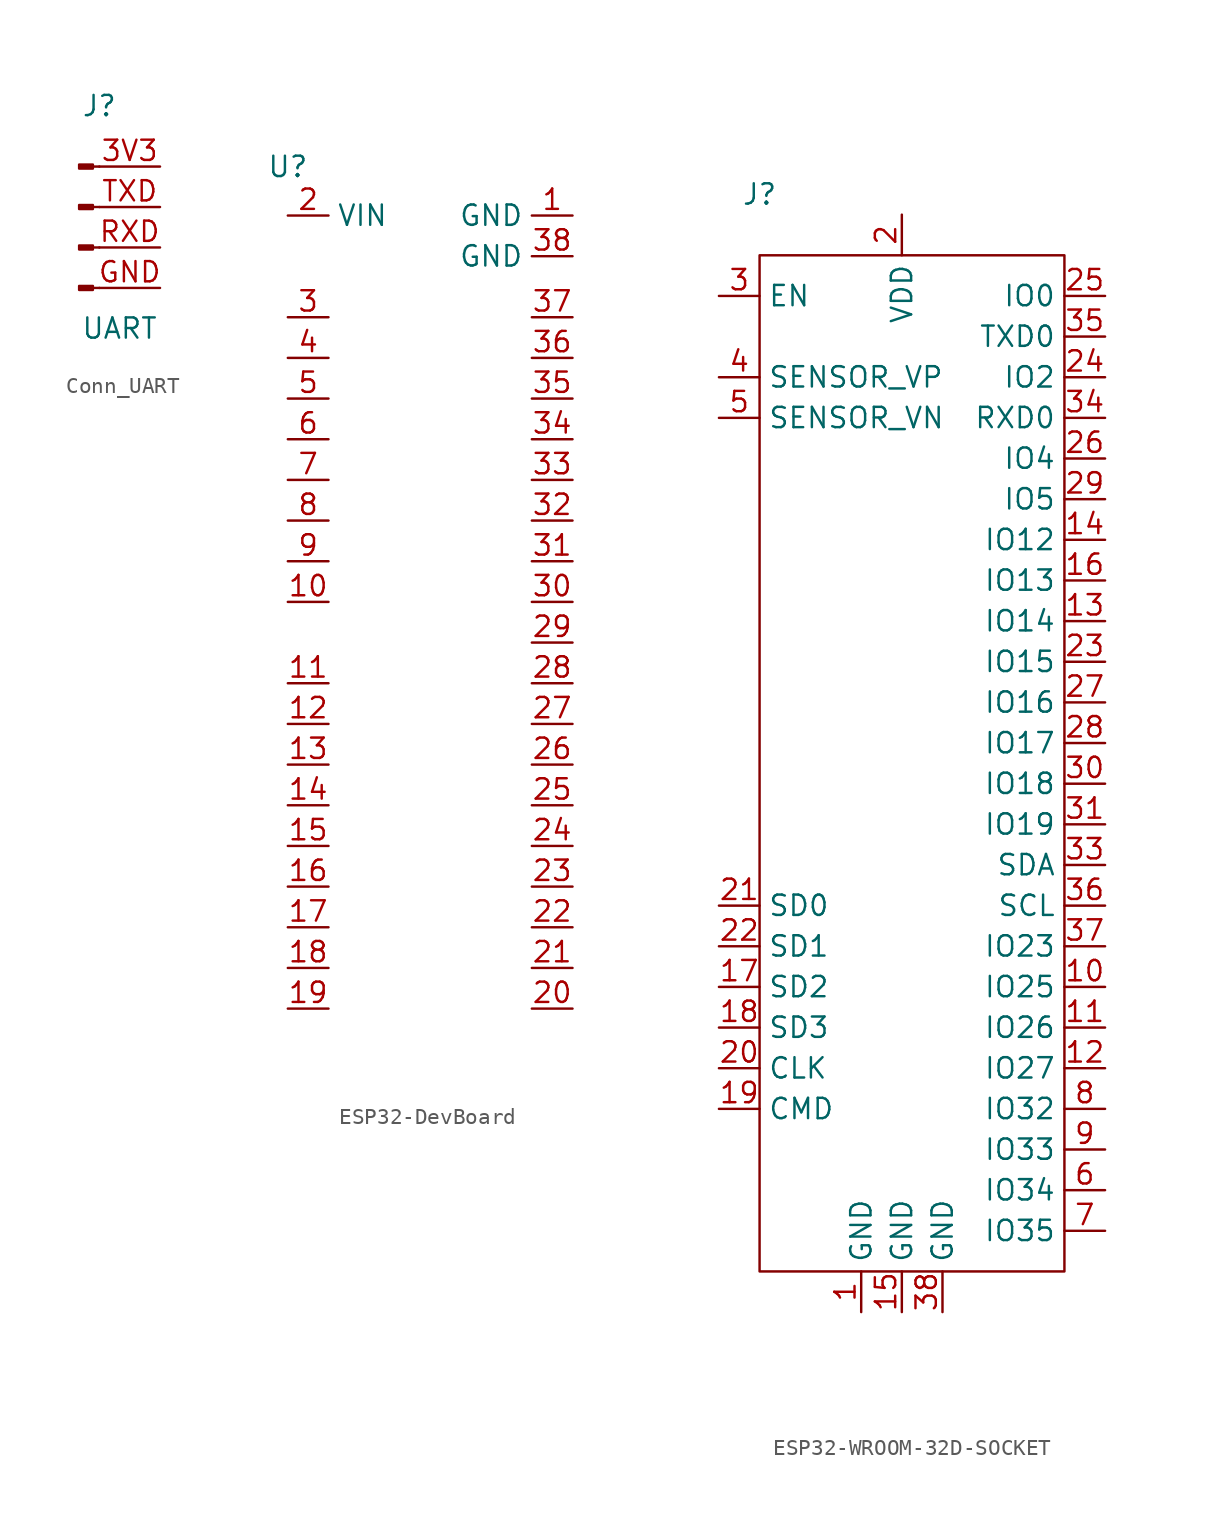
<source format=kicad_sym>
(kicad_symbol_lib
  (version 20231120)
  (generator "kicad_symbol_editor")
  (generator_version "8.0")
  (symbol "Conn_UART"
    (pin_names
      (offset 1.016) hide)
    (property "Reference" "J"
      (at 1.27 3.81 0)
      (effects (font (size 1.27 1.27))))
    (property "Value" "UART"
      (at 2.54 -10.16 0)
      (effects (font (size 1.27 1.27))))
    (symbol "Conn_UART_1_1"
      (polyline (pts (xy 1.27 -7.62) (xy 0.864 -7.62)) (stroke (width 0.152) (type default)) (fill (type none)))
      (polyline (pts (xy 1.27 -5.08) (xy 0.864 -5.08)) (stroke (width 0.152) (type default)) (fill (type none)))
      (polyline (pts (xy 1.27 -2.54) (xy 0.864 -2.54)) (stroke (width 0.152) (type default)) (fill (type none)))
      (polyline (pts (xy 1.27 0) (xy 0.864 0)) (stroke (width 0.152) (type default)) (fill (type none)))
      (rectangle (start 0.864 -7.493) (end 0 -7.747) (stroke (width 0.152) (type default)) (fill (type outline)))
      (rectangle (start 0.864 -4.953) (end 0 -5.207) (stroke (width 0.152) (type default)) (fill (type outline)))
      (rectangle (start 0.864 -2.413) (end 0 -2.667) (stroke (width 0.152) (type default)) (fill (type outline)))
      (rectangle (start 0.864 0.127) (end 0 -0.127) (stroke (width 0.152) (type default)) (fill (type outline)))
      (pin power_in line (at 5.08 0 180) (length 3.81) (name "3V3" (effects (font (size 1.27 1.27)))) (number "3V3" (effects (font (size 1.27 1.27)))))
      (pin power_out line (at 5.08 -7.62 180) (length 3.81) (name "GND" (effects (font (size 1.27 1.27)))) (number "GND" (effects (font (size 1.27 1.27)))))
      (pin input line (at 5.08 -5.08 180) (length 3.81) (name "RXD" (effects (font (size 1.27 1.27)))) (number "RXD" (effects (font (size 1.27 1.27)))))
      (pin output line (at 5.08 -2.54 180) (length 3.81) (name "TXD" (effects (font (size 1.27 1.27)))) (number "TXD" (effects (font (size 1.27 1.27)))))))
  (symbol "ESP32-DevBoard"
    (property "Reference" "U"
      (at 0 0.508 0)
      (effects (font (size 1.27 1.27))))
    (property "Value" ""
      (at 0 -6.35 0)
      (effects (font (size 1.27 1.27))))
    (symbol "ESP32-DevBoard_0_0"
      (pin passive line (at 0 -26.67 0) (length 2.54) (name "" (effects (font (size 1.27 1.27)))) (number "10" (effects (font (size 1.27 1.27)))))
      (pin passive line (at 0 -31.75 0) (length 2.54) (name "" (effects (font (size 1.27 1.27)))) (number "11" (effects (font (size 1.27 1.27)))))
      (pin passive line (at 0 -34.29 0) (length 2.54) (name "" (effects (font (size 1.27 1.27)))) (number "12" (effects (font (size 1.27 1.27)))))
      (pin passive line (at 0 -36.83 0) (length 2.54) (name "" (effects (font (size 1.27 1.27)))) (number "13" (effects (font (size 1.27 1.27)))))
      (pin passive line (at 0 -39.37 0) (length 2.54) (name "" (effects (font (size 1.27 1.27)))) (number "14" (effects (font (size 1.27 1.27)))))
      (pin passive line (at 0 -41.91 0) (length 2.54) (name "" (effects (font (size 1.27 1.27)))) (number "15" (effects (font (size 1.27 1.27)))))
      (pin passive line (at 0 -44.45 0) (length 2.54) (name "" (effects (font (size 1.27 1.27)))) (number "16" (effects (font (size 1.27 1.27)))))
      (pin passive line (at 0 -46.99 0) (length 2.54) (name "" (effects (font (size 1.27 1.27)))) (number "17" (effects (font (size 1.27 1.27)))))
      (pin passive line (at 0 -49.53 0) (length 2.54) (name "" (effects (font (size 1.27 1.27)))) (number "18" (effects (font (size 1.27 1.27)))))
      (pin passive line (at 0 -52.07 0) (length 2.54) (name "" (effects (font (size 1.27 1.27)))) (number "19" (effects (font (size 1.27 1.27)))))
      (pin passive line (at 17.78 -52.07 180) (length 2.54) (name "" (effects (font (size 1.27 1.27)))) (number "20" (effects (font (size 1.27 1.27)))))
      (pin passive line (at 17.78 -49.53 180) (length 2.54) (name "" (effects (font (size 1.27 1.27)))) (number "21" (effects (font (size 1.27 1.27)))))
      (pin passive line (at 17.78 -46.99 180) (length 2.54) (name "" (effects (font (size 1.27 1.27)))) (number "22" (effects (font (size 1.27 1.27)))))
      (pin passive line (at 17.78 -44.45 180) (length 2.54) (name "" (effects (font (size 1.27 1.27)))) (number "23" (effects (font (size 1.27 1.27)))))
      (pin passive line (at 17.78 -41.91 180) (length 2.54) (name "" (effects (font (size 1.27 1.27)))) (number "24" (effects (font (size 1.27 1.27)))))
      (pin passive line (at 17.78 -39.37 180) (length 2.54) (name "" (effects (font (size 1.27 1.27)))) (number "25" (effects (font (size 1.27 1.27)))))
      (pin passive line (at 17.78 -36.83 180) (length 2.54) (name "" (effects (font (size 1.27 1.27)))) (number "26" (effects (font (size 1.27 1.27)))))
      (pin passive line (at 17.78 -34.29 180) (length 2.54) (name "" (effects (font (size 1.27 1.27)))) (number "27" (effects (font (size 1.27 1.27)))))
      (pin passive line (at 17.78 -31.75 180) (length 2.54) (name "" (effects (font (size 1.27 1.27)))) (number "28" (effects (font (size 1.27 1.27)))))
      (pin passive line (at 17.78 -29.21 180) (length 2.54) (name "" (effects (font (size 1.27 1.27)))) (number "29" (effects (font (size 1.27 1.27)))))
      (pin passive line (at 0 -8.89 0) (length 2.54) (name "" (effects (font (size 1.27 1.27)))) (number "3" (effects (font (size 1.27 1.27)))))
      (pin passive line (at 17.78 -26.67 180) (length 2.54) (name "" (effects (font (size 1.27 1.27)))) (number "30" (effects (font (size 1.27 1.27)))))
      (pin passive line (at 17.78 -24.13 180) (length 2.54) (name "" (effects (font (size 1.27 1.27)))) (number "31" (effects (font (size 1.27 1.27)))))
      (pin passive line (at 17.78 -21.59 180) (length 2.54) (name "" (effects (font (size 1.27 1.27)))) (number "32" (effects (font (size 1.27 1.27)))))
      (pin passive line (at 17.78 -19.05 180) (length 2.54) (name "" (effects (font (size 1.27 1.27)))) (number "33" (effects (font (size 1.27 1.27)))))
      (pin passive line (at 17.78 -16.51 180) (length 2.54) (name "" (effects (font (size 1.27 1.27)))) (number "34" (effects (font (size 1.27 1.27)))))
      (pin passive line (at 17.78 -13.97 180) (length 2.54) (name "" (effects (font (size 1.27 1.27)))) (number "35" (effects (font (size 1.27 1.27)))))
      (pin passive line (at 17.78 -11.43 180) (length 2.54) (name "" (effects (font (size 1.27 1.27)))) (number "36" (effects (font (size 1.27 1.27)))))
      (pin passive line (at 17.78 -8.89 180) (length 2.54) (name "" (effects (font (size 1.27 1.27)))) (number "37" (effects (font (size 1.27 1.27)))))
      (pin passive line (at 0 -11.43 0) (length 2.54) (name "" (effects (font (size 1.27 1.27)))) (number "4" (effects (font (size 1.27 1.27)))))
      (pin passive line (at 0 -13.97 0) (length 2.54) (name "" (effects (font (size 1.27 1.27)))) (number "5" (effects (font (size 1.27 1.27)))))
      (pin passive line (at 0 -16.51 0) (length 2.54) (name "" (effects (font (size 1.27 1.27)))) (number "6" (effects (font (size 1.27 1.27)))))
      (pin passive line (at 0 -19.05 0) (length 2.54) (name "" (effects (font (size 1.27 1.27)))) (number "7" (effects (font (size 1.27 1.27)))))
      (pin passive line (at 0 -21.59 0) (length 2.54) (name "" (effects (font (size 1.27 1.27)))) (number "8" (effects (font (size 1.27 1.27)))))
      (pin passive line (at 0 -24.13 0) (length 2.54) (name "" (effects (font (size 1.27 1.27)))) (number "9" (effects (font (size 1.27 1.27))))))
    (symbol "ESP32-DevBoard_1_0"
      (pin passive line (at 17.78 -2.54 180) (length 2.54) (name "GND" (effects (font (size 1.27 1.27)))) (number "1" (effects (font (size 1.27 1.27)))))
      (pin passive line (at 0 -2.54 0) (length 2.54) (name "VIN" (effects (font (size 1.27 1.27)))) (number "2" (effects (font (size 1.27 1.27)))))
      (pin passive line (at 17.78 -5.08 180) (length 2.54) (name "GND" (effects (font (size 1.27 1.27)))) (number "38" (effects (font (size 1.27 1.27)))))))
  (symbol "ESP32-WROOM-32D-SOCKET"
    (property "Reference" "J"
      (at 0 0 0)
      (effects (font (size 1.27 1.27))))
    (property "Value" ""
      (at 0 0 0)
      (effects (font (size 1.27 1.27))))
    (symbol "ESP32-WROOM-32D-SOCKET_0_1"
      (rectangle (start 0 -3.81) (end 19.05 -67.31) (stroke (width 0) (type default)) (fill (type none))))
    (symbol "ESP32-WROOM-32D-SOCKET_1_1"
      (pin power_out line (at 6.35 -69.85 90) (length 2.54) (name "GND" (effects (font (size 1.27 1.27)))) (number "1" (effects (font (size 1.27 1.27)))))
      (pin bidirectional line (at 21.59 -49.53 180) (length 2.54) (name "IO25" (effects (font (size 1.27 1.27)))) (number "10" (effects (font (size 1.27 1.27)))))
      (pin bidirectional line (at 21.59 -52.07 180) (length 2.54) (name "IO26" (effects (font (size 1.27 1.27)))) (number "11" (effects (font (size 1.27 1.27)))))
      (pin bidirectional line (at 21.59 -54.61 180) (length 2.54) (name "IO27" (effects (font (size 1.27 1.27)))) (number "12" (effects (font (size 1.27 1.27)))))
      (pin bidirectional line (at 21.59 -26.67 180) (length 2.54) (name "IO14" (effects (font (size 1.27 1.27)))) (number "13" (effects (font (size 1.27 1.27)))))
      (pin bidirectional line (at 21.59 -21.59 180) (length 2.54) (name "IO12" (effects (font (size 1.27 1.27)))) (number "14" (effects (font (size 1.27 1.27)))))
      (pin power_out line (at 8.89 -69.85 90) (length 2.54) (name "GND" (effects (font (size 1.27 1.27)))) (number "15" (effects (font (size 1.27 1.27)))))
      (pin bidirectional line (at 21.59 -24.13 180) (length 2.54) (name "IO13" (effects (font (size 1.27 1.27)))) (number "16" (effects (font (size 1.27 1.27)))))
      (pin input line (at -2.54 -49.53 0) (length 2.54) (name "SD2" (effects (font (size 1.27 1.27)))) (number "17" (effects (font (size 1.27 1.27)))))
      (pin input line (at -2.54 -52.07 0) (length 2.54) (name "SD3" (effects (font (size 1.27 1.27)))) (number "18" (effects (font (size 1.27 1.27)))))
      (pin input line (at -2.54 -57.15 0) (length 2.54) (name "CMD" (effects (font (size 1.27 1.27)))) (number "19" (effects (font (size 1.27 1.27)))))
      (pin power_in line (at 8.89 -1.27 270) (length 2.54) (name "VDD" (effects (font (size 1.27 1.27)))) (number "2" (effects (font (size 1.27 1.27)))))
      (pin input line (at -2.54 -54.61 0) (length 2.54) (name "CLK" (effects (font (size 1.27 1.27)))) (number "20" (effects (font (size 1.27 1.27)))))
      (pin input line (at -2.54 -44.45 0) (length 2.54) (name "SD0" (effects (font (size 1.27 1.27)))) (number "21" (effects (font (size 1.27 1.27)))))
      (pin input line (at -2.54 -46.99 0) (length 2.54) (name "SD1" (effects (font (size 1.27 1.27)))) (number "22" (effects (font (size 1.27 1.27)))))
      (pin bidirectional line (at 21.59 -29.21 180) (length 2.54) (name "IO15" (effects (font (size 1.27 1.27)))) (number "23" (effects (font (size 1.27 1.27)))))
      (pin bidirectional line (at 21.59 -11.43 180) (length 2.54) (name "IO2" (effects (font (size 1.27 1.27)))) (number "24" (effects (font (size 1.27 1.27)))))
      (pin bidirectional line (at 21.59 -6.35 180) (length 2.54) (name "IO0" (effects (font (size 1.27 1.27)))) (number "25" (effects (font (size 1.27 1.27)))))
      (pin bidirectional line (at 21.59 -16.51 180) (length 2.54) (name "IO4" (effects (font (size 1.27 1.27)))) (number "26" (effects (font (size 1.27 1.27)))))
      (pin bidirectional line (at 21.59 -31.75 180) (length 2.54) (name "IO16" (effects (font (size 1.27 1.27)))) (number "27" (effects (font (size 1.27 1.27)))))
      (pin bidirectional line (at 21.59 -34.29 180) (length 2.54) (name "IO17" (effects (font (size 1.27 1.27)))) (number "28" (effects (font (size 1.27 1.27)))))
      (pin bidirectional line (at 21.59 -19.05 180) (length 2.54) (name "IO5" (effects (font (size 1.27 1.27)))) (number "29" (effects (font (size 1.27 1.27)))))
      (pin input line (at -2.54 -6.35 0) (length 2.54) (name "EN" (effects (font (size 1.27 1.27)))) (number "3" (effects (font (size 1.27 1.27)))))
      (pin bidirectional line (at 21.59 -36.83 180) (length 2.54) (name "IO18" (effects (font (size 1.27 1.27)))) (number "30" (effects (font (size 1.27 1.27)))))
      (pin bidirectional line (at 21.59 -39.37 180) (length 2.54) (name "IO19" (effects (font (size 1.27 1.27)))) (number "31" (effects (font (size 1.27 1.27)))))
      (pin bidirectional line (at 21.59 -41.91 180) (length 2.54) (name "SDA" (effects (font (size 1.27 1.27)))) (number "33" (effects (font (size 1.27 1.27)))))
      (pin input line (at 21.59 -13.97 180) (length 2.54) (name "RXD0" (effects (font (size 1.27 1.27)))) (number "34" (effects (font (size 1.27 1.27)))))
      (pin output line (at 21.59 -8.89 180) (length 2.54) (name "TXD0" (effects (font (size 1.27 1.27)))) (number "35" (effects (font (size 1.27 1.27)))))
      (pin bidirectional line (at 21.59 -44.45 180) (length 2.54) (name "SCL" (effects (font (size 1.27 1.27)))) (number "36" (effects (font (size 1.27 1.27)))))
      (pin bidirectional line (at 21.59 -46.99 180) (length 2.54) (name "IO23" (effects (font (size 1.27 1.27)))) (number "37" (effects (font (size 1.27 1.27)))))
      (pin power_out line (at 11.43 -69.85 90) (length 2.54) (name "GND" (effects (font (size 1.27 1.27)))) (number "38" (effects (font (size 1.27 1.27)))))
      (pin input line (at -2.54 -11.43 0) (length 2.54) (name "SENSOR_VP" (effects (font (size 1.27 1.27)))) (number "4" (effects (font (size 1.27 1.27)))))
      (pin input line (at -2.54 -13.97 0) (length 2.54) (name "SENSOR_VN" (effects (font (size 1.27 1.27)))) (number "5" (effects (font (size 1.27 1.27)))))
      (pin bidirectional line (at 21.59 -62.23 180) (length 2.54) (name "IO34" (effects (font (size 1.27 1.27)))) (number "6" (effects (font (size 1.27 1.27)))))
      (pin bidirectional line (at 21.59 -64.77 180) (length 2.54) (name "IO35" (effects (font (size 1.27 1.27)))) (number "7" (effects (font (size 1.27 1.27)))))
      (pin bidirectional line (at 21.59 -57.15 180) (length 2.54) (name "IO32" (effects (font (size 1.27 1.27)))) (number "8" (effects (font (size 1.27 1.27)))))
      (pin bidirectional line (at 21.59 -59.69 180) (length 2.54) (name "IO33" (effects (font (size 1.27 1.27)))) (number "9" (effects (font (size 1.27 1.27))))))))
</source>
